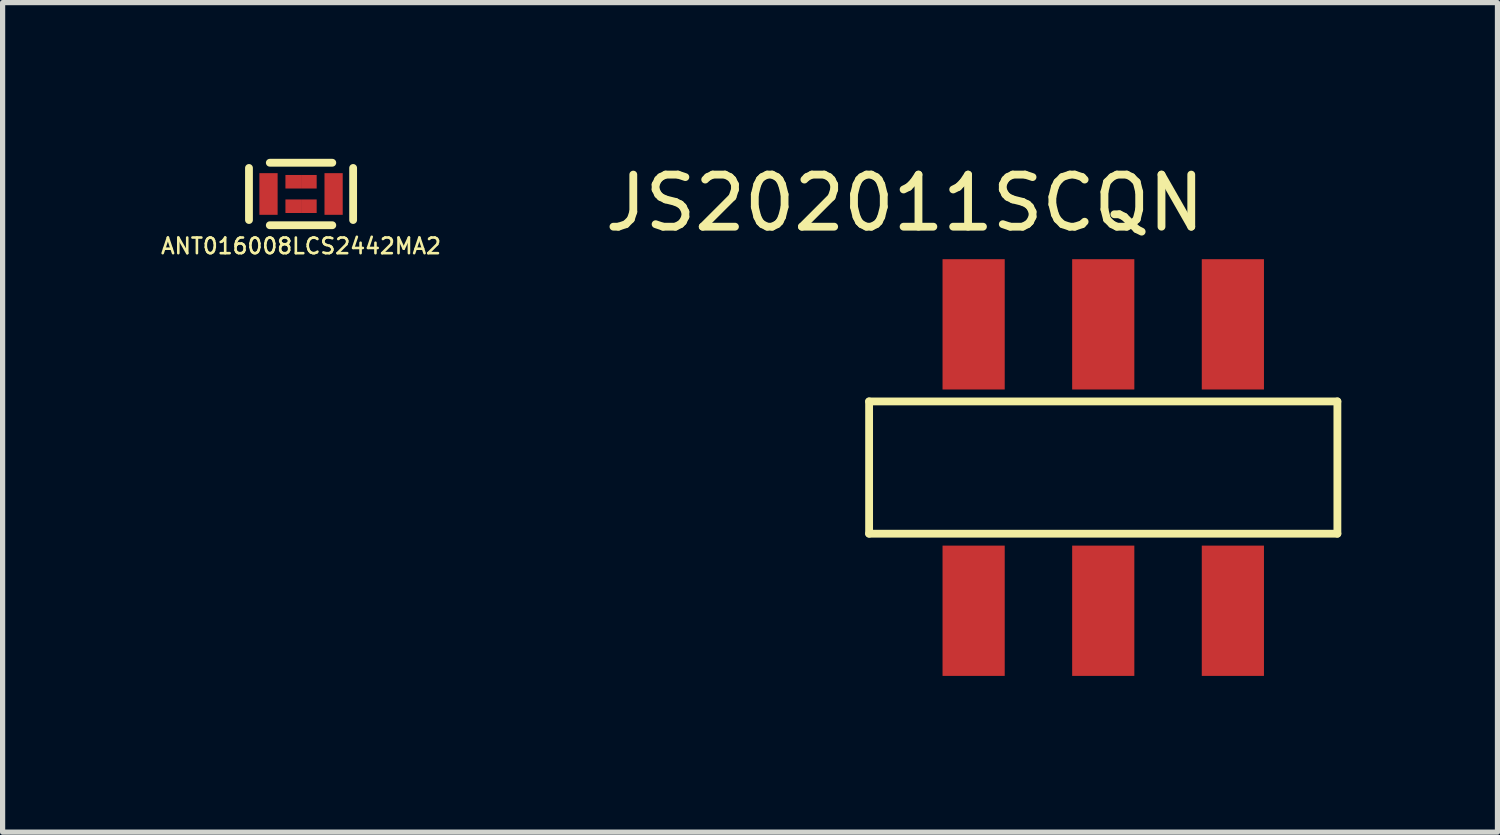
<source format=kicad_pcb>
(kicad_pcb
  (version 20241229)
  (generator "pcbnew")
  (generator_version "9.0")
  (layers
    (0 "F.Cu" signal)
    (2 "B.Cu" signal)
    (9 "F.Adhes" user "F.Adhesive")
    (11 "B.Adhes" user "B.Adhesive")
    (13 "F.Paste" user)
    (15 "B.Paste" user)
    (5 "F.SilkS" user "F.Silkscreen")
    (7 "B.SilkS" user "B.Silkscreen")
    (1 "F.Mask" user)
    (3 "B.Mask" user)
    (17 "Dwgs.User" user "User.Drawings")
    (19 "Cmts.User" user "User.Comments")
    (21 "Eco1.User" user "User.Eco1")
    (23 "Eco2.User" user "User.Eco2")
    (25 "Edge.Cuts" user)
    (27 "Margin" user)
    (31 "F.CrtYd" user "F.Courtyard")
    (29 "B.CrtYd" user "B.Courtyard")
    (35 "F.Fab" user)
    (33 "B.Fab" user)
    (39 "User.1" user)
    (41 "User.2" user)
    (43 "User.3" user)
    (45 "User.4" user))
  (footprint "ANT016008LCS2442MA2"
    (layer "F.Cu")
    (at 2.731 0.675)
    (property "Reference" "ANT016008LCS2442MA2" (at 0 1 0) (layer "F.SilkS") (effects (font (size 0.3 0.3) (thickness 0.05))))
    (attr through_hole)
    (fp_line (start -1 -0.5) (end -1 0.5) (stroke (width 0.15) (type solid)) (layer "F.SilkS"))
    (fp_line (start -0.6 -0.6) (end 0.6 -0.6) (stroke (width 0.15) (type solid)) (layer "F.SilkS"))
    (fp_line (start 0.6 0.6) (end -0.6 0.6) (stroke (width 0.15) (type solid)) (layer "F.SilkS"))
    (fp_line (start 1 -0.5) (end 1 0.5) (stroke (width 0.15) (type solid)) (layer "F.SilkS"))
    (pad "1" smd rect (at -0.625 0) (size 0.35 0.8) (layers "F.Cu" "F.Mask" "F.Paste"))
    (pad "2" smd rect (at -0.15 -0.235) (size 0.3 0.26) (layers "F.Cu" "F.Mask" "F.Paste"))
    (pad "3" smd rect (at 0.15 -0.235) (size 0.3 0.26) (layers "F.Cu" "F.Mask" "F.Paste"))
    (pad "4" smd rect (at 0.625 0) (size 0.35 0.8) (layers "F.Cu" "F.Mask" "F.Paste"))
    (pad "5" smd rect (at -0.15 0.235) (size 0.3 0.26) (layers "F.Cu" "F.Mask" "F.Paste"))
    (pad "6" smd rect (at 0.15 0.235) (size 0.3 0.26) (layers "F.Cu" "F.Mask" "F.Paste")))
  (footprint "JS202011SCQN"
    (layer "F.Cu")
    (at 18.135 5.928)
    (property "Reference" "JS202011SCQN" (at -3.81 -5.08 0) (layer "F.SilkS") (effects (font (size 1 1) (thickness 0.15))))
    (attr through_hole)
    (fp_line (start -4.496 -1.27) (end -4.496 1.27) (stroke (width 0.15) (type solid)) (layer "F.SilkS"))
    (fp_line (start -4.496 -1.27) (end 4.496 -1.27) (stroke (width 0.15) (type solid)) (layer "F.SilkS"))
    (fp_line (start -4.496 1.27) (end 4.496 1.27) (stroke (width 0.15) (type solid)) (layer "F.SilkS"))
    (fp_line (start 4.496 1.27) (end 4.496 -1.27) (stroke (width 0.15) (type solid)) (layer "F.SilkS"))
    (pad "1" smd rect (at -2.489 2.75) (size 1.194 2.502) (layers "F.Cu" "F.Mask" "F.Paste"))
    (pad "2" smd rect (at 0 2.75) (size 1.194 2.502) (layers "F.Cu" "F.Mask" "F.Paste"))
    (pad "3" smd rect (at 2.489 2.75) (size 1.194 2.502) (layers "F.Cu" "F.Mask" "F.Paste"))
    (pad "4" smd rect (at 2.489 -2.75) (size 1.194 2.502) (layers "F.Cu" "F.Mask" "F.Paste"))
    (pad "5" smd rect (at 0 -2.75) (size 1.194 2.502) (layers "F.Cu" "F.Mask" "F.Paste"))
    (pad "6" smd rect (at -2.489 -2.75) (size 1.194 2.502) (layers "F.Cu" "F.Mask" "F.Paste")))
  (gr_rect
    (start -3 -3)
    (end 25.705 12.929)
    (stroke (width 0.1) (type default))
    (fill no)
    (layer "Edge.Cuts")))
</source>
